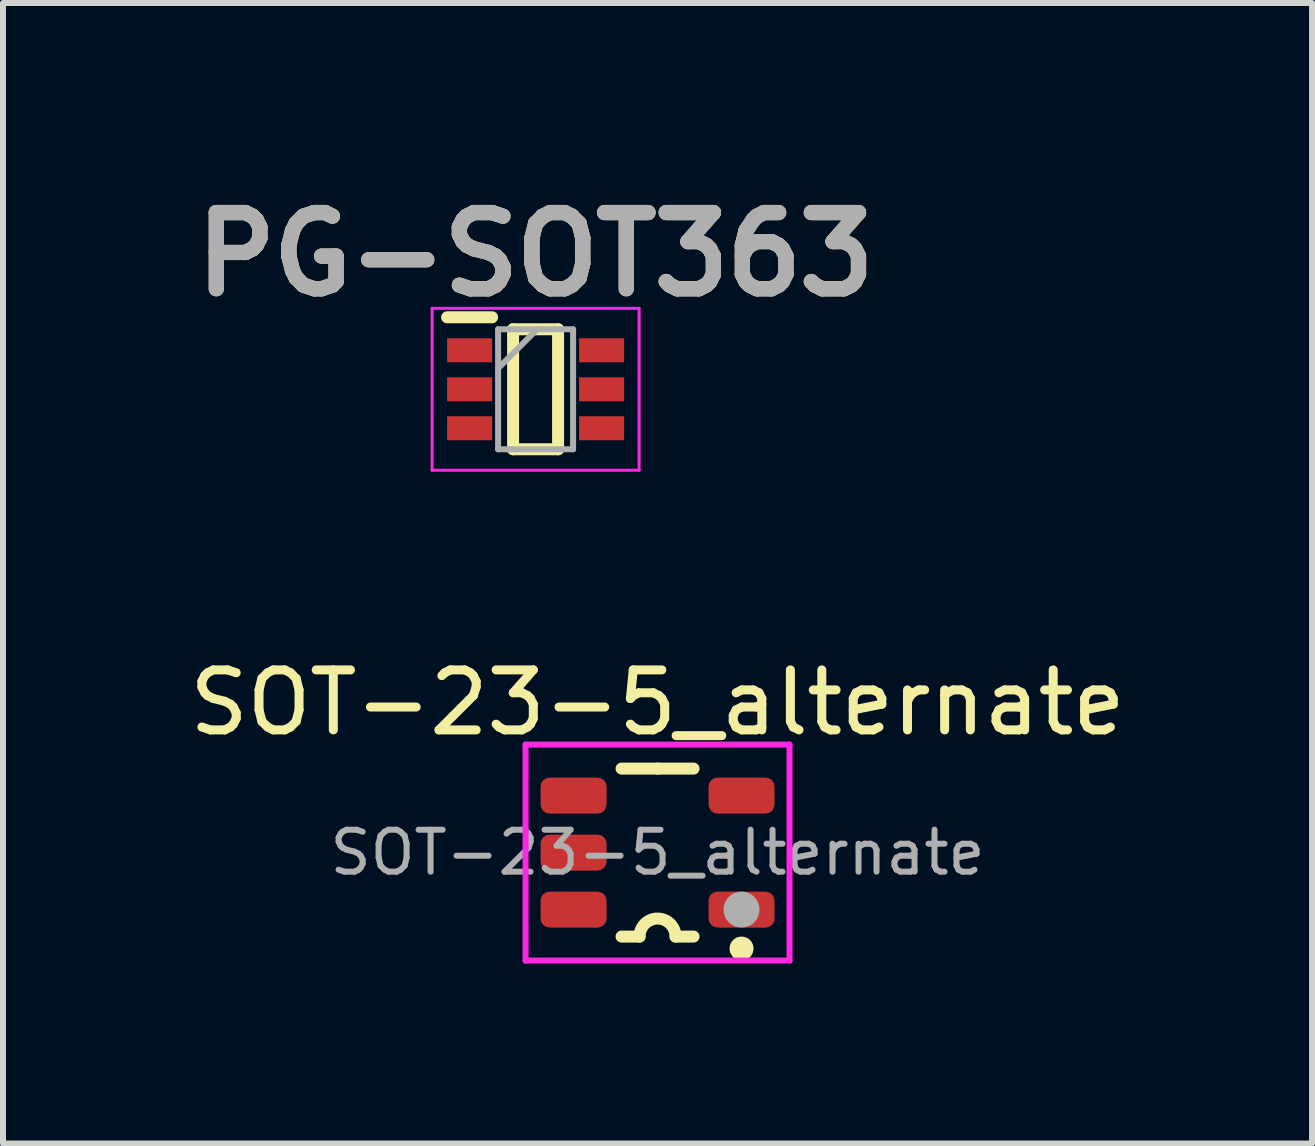
<source format=kicad_pcb>
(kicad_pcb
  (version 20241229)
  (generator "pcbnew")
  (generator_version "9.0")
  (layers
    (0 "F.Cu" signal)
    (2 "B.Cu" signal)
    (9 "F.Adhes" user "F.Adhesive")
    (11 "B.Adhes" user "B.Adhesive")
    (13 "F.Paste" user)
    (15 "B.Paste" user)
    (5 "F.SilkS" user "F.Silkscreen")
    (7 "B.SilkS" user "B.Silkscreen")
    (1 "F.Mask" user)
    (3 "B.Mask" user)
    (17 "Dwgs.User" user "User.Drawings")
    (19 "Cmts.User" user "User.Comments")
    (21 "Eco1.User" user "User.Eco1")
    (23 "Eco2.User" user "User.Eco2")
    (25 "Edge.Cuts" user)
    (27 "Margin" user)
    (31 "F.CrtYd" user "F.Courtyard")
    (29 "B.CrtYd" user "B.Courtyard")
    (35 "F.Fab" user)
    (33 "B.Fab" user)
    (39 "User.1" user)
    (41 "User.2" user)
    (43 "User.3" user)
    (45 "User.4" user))
  (footprint "PG-SOT363"
    (layer "F.Cu")
    (at 5.878 3.439)
    (property "Reference" "PG-SOT363" (at 0 -2.25 0) (layer "F.SilkS") (effects (font (size 1.27 1.27) (thickness 0.254))))
    (attr smd)
    (fp_line (start -1.475 -1.2) (end -0.725 -1.2) (stroke (width 0.2) (type solid)) (layer "F.SilkS"))
    (fp_line (start -0.375 -1) (end 0.375 -1) (stroke (width 0.2) (type solid)) (layer "F.SilkS"))
    (fp_line (start -0.375 1) (end -0.375 -1) (stroke (width 0.2) (type solid)) (layer "F.SilkS"))
    (fp_line (start 0.375 -1) (end 0.375 1) (stroke (width 0.2) (type solid)) (layer "F.SilkS"))
    (fp_line (start 0.375 1) (end -0.375 1) (stroke (width 0.2) (type solid)) (layer "F.SilkS"))
    (fp_line (start -1.725 -1.35) (end 1.725 -1.35) (stroke (width 0.05) (type solid)) (layer "F.CrtYd"))
    (fp_line (start -1.725 1.35) (end -1.725 -1.35) (stroke (width 0.05) (type solid)) (layer "F.CrtYd"))
    (fp_line (start 1.725 -1.35) (end 1.725 1.35) (stroke (width 0.05) (type solid)) (layer "F.CrtYd"))
    (fp_line (start 1.725 1.35) (end -1.725 1.35) (stroke (width 0.05) (type solid)) (layer "F.CrtYd"))
    (fp_line (start -0.625 -1) (end 0.625 -1) (stroke (width 0.1) (type solid)) (layer "F.Fab"))
    (fp_line (start -0.625 -0.35) (end 0.025 -1) (stroke (width 0.1) (type solid)) (layer "F.Fab"))
    (fp_line (start -0.625 1) (end -0.625 -1) (stroke (width 0.1) (type solid)) (layer "F.Fab"))
    (fp_line (start 0.625 -1) (end 0.625 1) (stroke (width 0.1) (type solid)) (layer "F.Fab"))
    (fp_line (start 0.625 1) (end -0.625 1) (stroke (width 0.1) (type solid)) (layer "F.Fab"))
    (fp_text user "${REFERENCE}" (at 0 -2.25 0) (layer "F.Fab") (effects (font (size 1.27 1.27) (thickness 0.254))))
    (pad "1" smd rect (at -1.1 -0.65 90) (size 0.4 0.75) (layers "F.Cu" "F.Mask" "F.Paste"))
    (pad "2" smd rect (at -1.1 0 90) (size 0.4 0.75) (layers "F.Cu" "F.Mask" "F.Paste"))
    (pad "3" smd rect (at -1.1 0.65 90) (size 0.4 0.75) (layers "F.Cu" "F.Mask" "F.Paste"))
    (pad "4" smd rect (at 1.1 0.65 90) (size 0.4 0.75) (layers "F.Cu" "F.Mask" "F.Paste"))
    (pad "5" smd rect (at 1.1 0 90) (size 0.4 0.75) (layers "F.Cu" "F.Mask" "F.Paste"))
    (pad "6" smd rect (at 1.1 -0.65 90) (size 0.4 0.75) (layers "F.Cu" "F.Mask" "F.Paste")))
  (footprint "SOT-23-5_alternate"
    (layer "F.Cu")
    (at 7.911 11.162)
    (property "Reference" "SOT-23-5_alternate" (at 0 -2.5 0) (unlocked yes) (layer "F.SilkS") (effects (font (size 1 1) (thickness 0.15))))
    (attr smd)
    (fp_line (start -0.6 -1.4) (end 0 -1.4) (stroke (width 0.2) (type solid)) (layer "F.SilkS"))
    (fp_line (start -0.3 1.4) (end -0.6 1.4) (stroke (width 0.2) (type solid)) (layer "F.SilkS"))
    (fp_line (start 0.3 1.4) (end 0.6 1.4) (stroke (width 0.2) (type solid)) (layer "F.SilkS"))
    (fp_line (start 0.6 -1.4) (end 0 -1.4) (stroke (width 0.2) (type solid)) (layer "F.SilkS"))
    (fp_arc (start -0.3 1.4) (mid 0 1.1) (end 0.3 1.4) (stroke (width 0.2) (type solid)) (layer "F.SilkS"))
    (fp_circle (center 1.4 1.6) (end 1.5 1.6) (stroke (width 0.2) (type solid)) (fill no) (layer "F.SilkS"))
    (fp_line (start -2.2 -1.8) (end -2.2 1.8) (stroke (width 0.1) (type solid)) (layer "F.CrtYd"))
    (fp_line (start -2.2 -1.8) (end 2.2 -1.8) (stroke (width 0.1) (type solid)) (layer "F.CrtYd"))
    (fp_line (start -2.2 1.8) (end 2.2 1.8) (stroke (width 0.1) (type solid)) (layer "F.CrtYd"))
    (fp_line (start 2.2 1.8) (end 2.2 -1.8) (stroke (width 0.1) (type solid)) (layer "F.CrtYd"))
    (fp_circle (center 1.4 0.95) (end 1.55 0.95) (stroke (width 0.3) (type solid)) (fill no) (layer "F.Fab"))
    (fp_text user "${REFERENCE}" (at 0 0 0) (unlocked yes) (layer "F.Fab") (effects (font (size 0.7 0.7) (thickness 0.1))))
    (pad "1" smd roundrect (at 1.4 0.95) (size 1.1 0.6) (layers "F.Cu" "F.Mask" "F.Paste") (roundrect_rratio 0.25))
    (pad "2" smd roundrect (at 1.4 -0.95) (size 1.1 0.6) (layers "F.Cu" "F.Mask" "F.Paste") (roundrect_rratio 0.25))
    (pad "3" smd roundrect (at -1.4 -0.95) (size 1.1 0.6) (layers "F.Cu" "F.Mask" "F.Paste") (roundrect_rratio 0.25))
    (pad "4" smd roundrect (at -1.4 0) (size 1.1 0.6) (layers "F.Cu" "F.Mask" "F.Paste") (roundrect_rratio 0.25))
    (pad "5" smd roundrect (at -1.4 0.95) (size 1.1 0.6) (layers "F.Cu" "F.Mask" "F.Paste") (roundrect_rratio 0.25)))
  (gr_rect
    (start -3 -3)
    (end 18.821 16.012)
    (stroke (width 0.1) (type default))
    (fill no)
    (layer "Edge.Cuts")))
</source>
